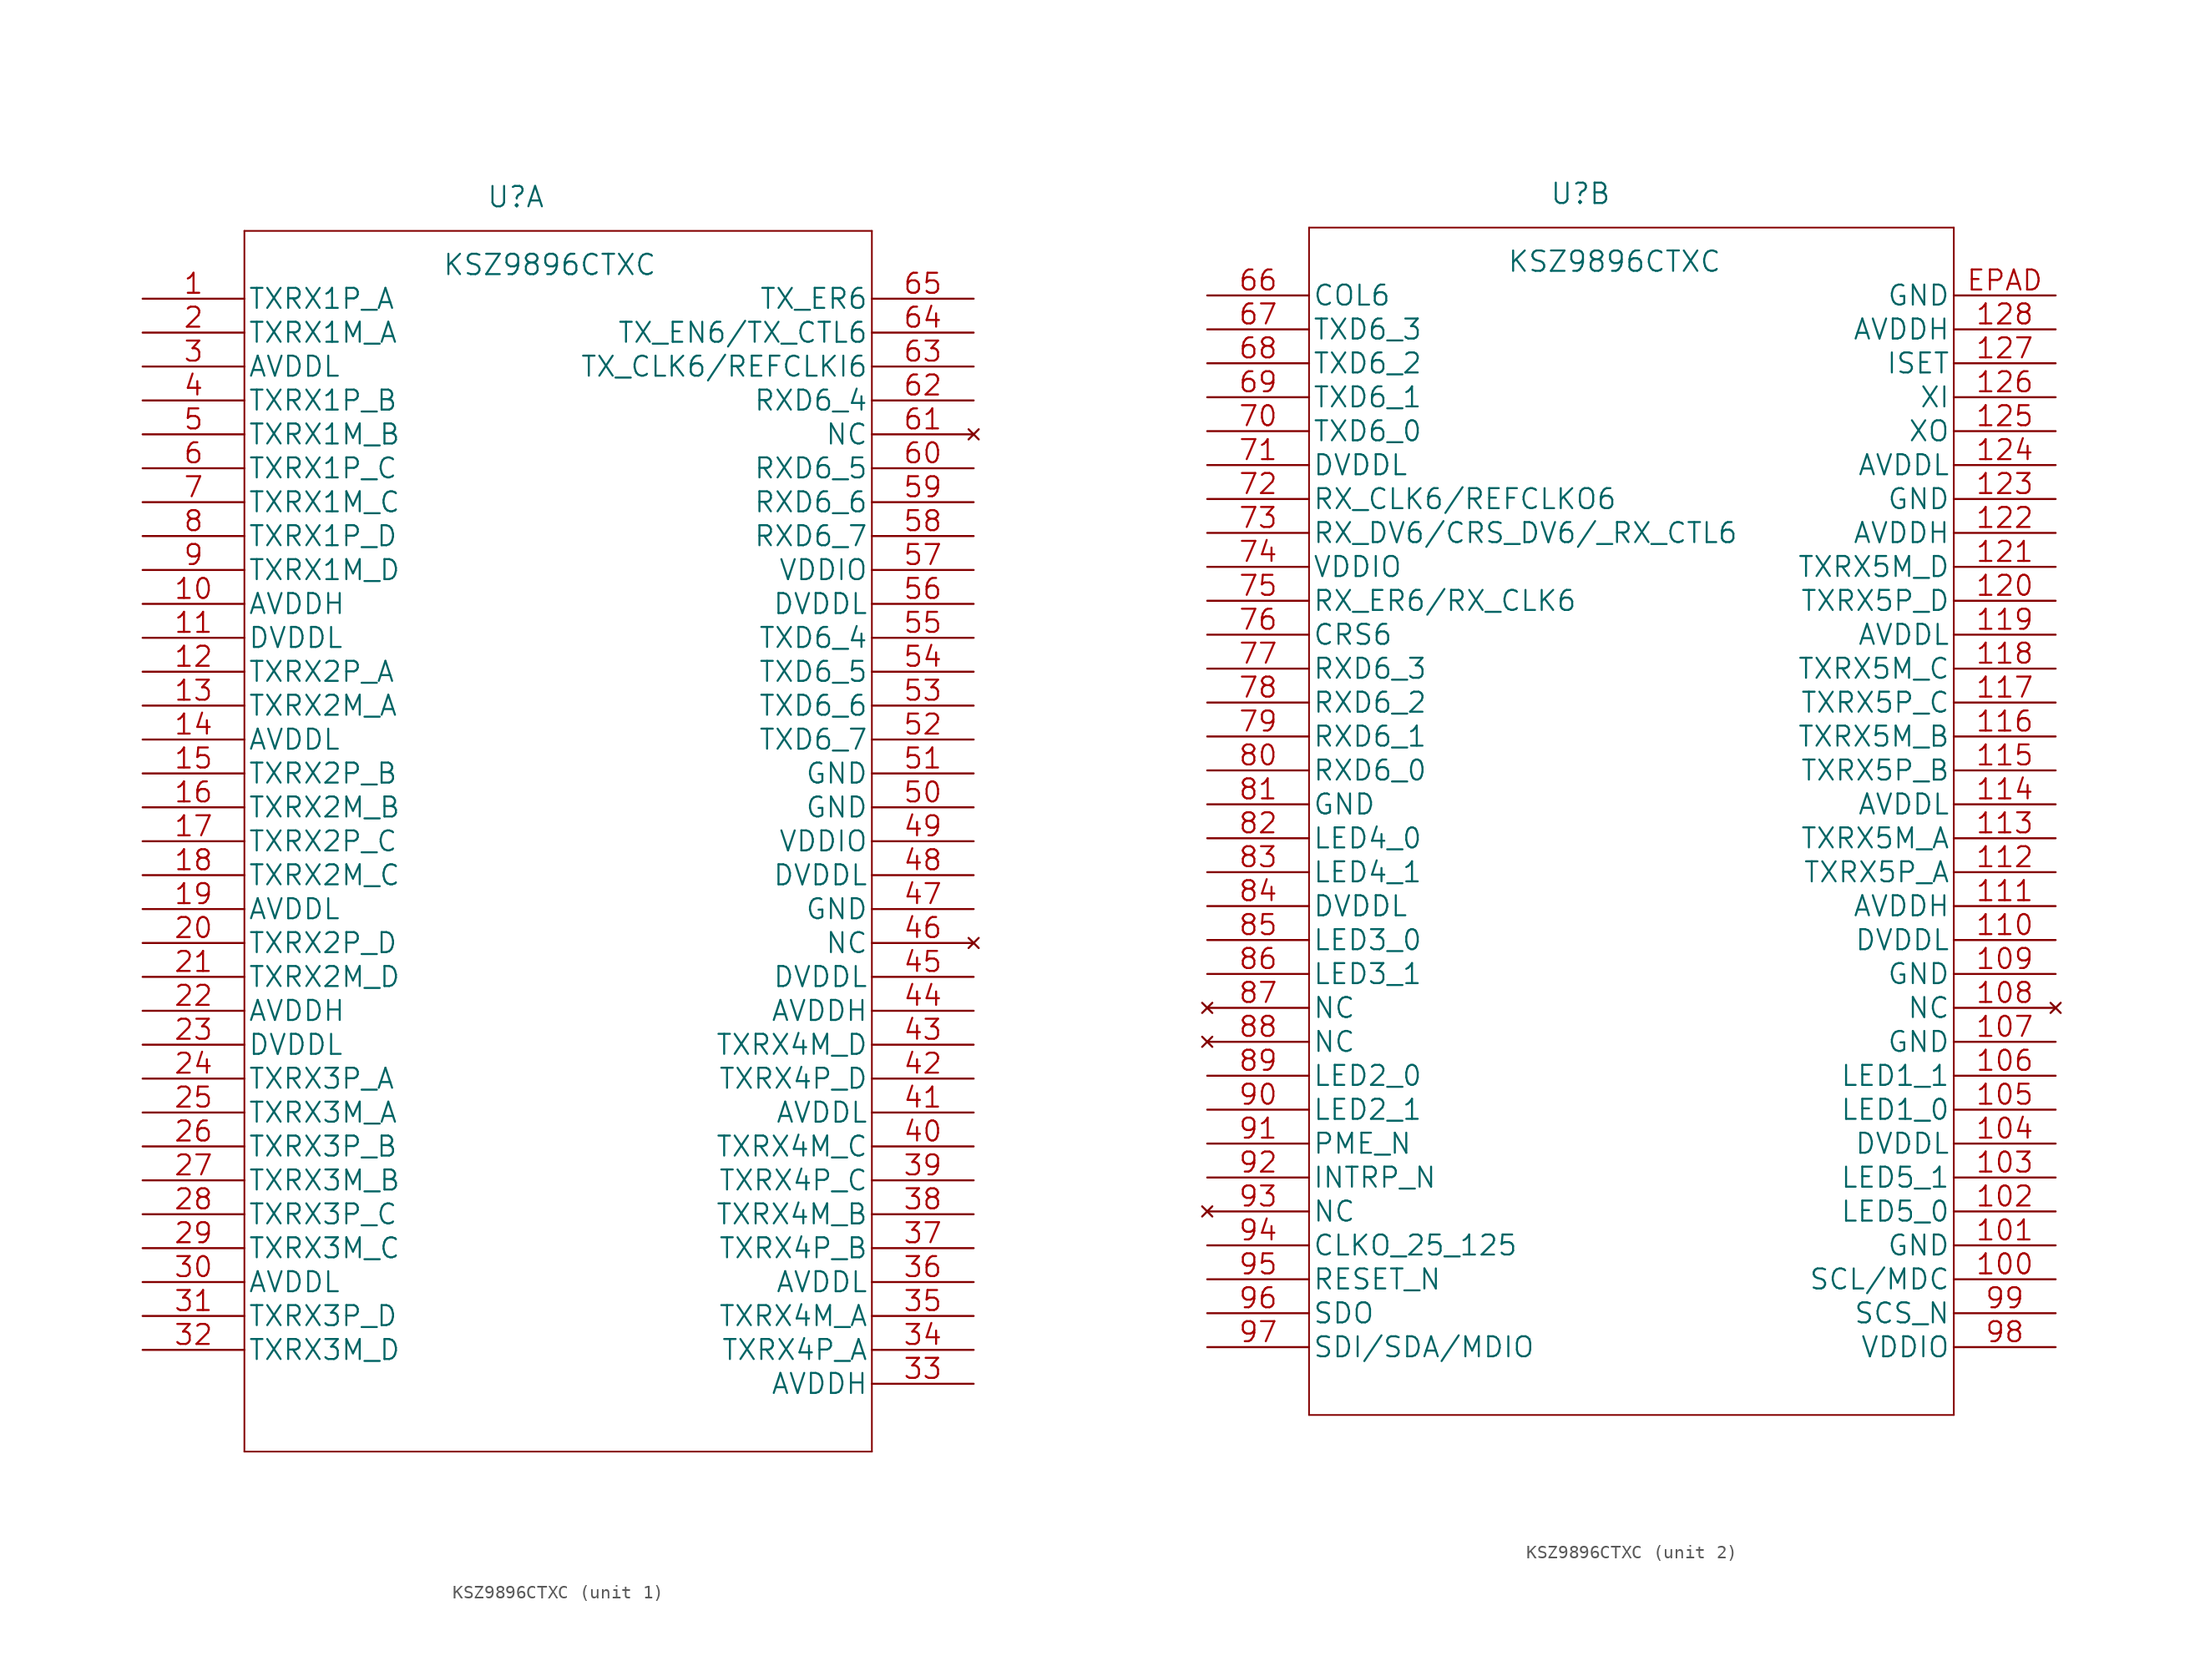
<source format=kicad_sym>
(kicad_symbol_lib
  (version 20220914)
  (generator kicad_symbol_editor)
  (symbol "KSZ9896CTXC"
    (pin_names
      (offset 0.254))
    (property "Reference" "U"
      (at 27.94 7.62 0)
      (effects (font (size 1.524 1.524))))
    (property "Value" "KSZ9896CTXC"
      (at 30.48 2.54 0)
      (effects (font (size 1.524 1.524))))
    (property "Datasheet" ""
      (at 0 0 0)
      (effects (font (size 1.524 1.524))))
    (property "ki_locked" ""
      (at 0 0 0)
      (effects (font (size 1.27 1.27))))
    (symbol "KSZ9896CTXC_1_1"
      (polyline (pts (xy 7.62 -86.36) (xy 54.61 -86.36)) (stroke (width 0.127) (type default)) (fill (type none)))
      (polyline (pts (xy 7.62 5.08) (xy 7.62 -86.36)) (stroke (width 0.127) (type default)) (fill (type none)))
      (polyline (pts (xy 54.61 -86.36) (xy 54.61 5.08)) (stroke (width 0.127) (type default)) (fill (type none)))
      (polyline (pts (xy 54.61 5.08) (xy 7.62 5.08)) (stroke (width 0.127) (type default)) (fill (type none)))
      (pin bidirectional line (at 0 0 0) (length 7.62) (name "TXRX1P_A" (effects (font (size 1.499 1.499)))) (number "1" (effects (font (size 1.499 1.499)))))
      (pin power_in line (at 0 -22.86 0) (length 7.62) (name "AVDDH" (effects (font (size 1.499 1.499)))) (number "10" (effects (font (size 1.499 1.499)))))
      (pin power_in line (at 0 -25.4 0) (length 7.62) (name "DVDDL" (effects (font (size 1.499 1.499)))) (number "11" (effects (font (size 1.499 1.499)))))
      (pin bidirectional line (at 0 -27.94 0) (length 7.62) (name "TXRX2P_A" (effects (font (size 1.499 1.499)))) (number "12" (effects (font (size 1.499 1.499)))))
      (pin bidirectional line (at 0 -30.48 0) (length 7.62) (name "TXRX2M_A" (effects (font (size 1.499 1.499)))) (number "13" (effects (font (size 1.499 1.499)))))
      (pin power_in line (at 0 -33.02 0) (length 7.62) (name "AVDDL" (effects (font (size 1.499 1.499)))) (number "14" (effects (font (size 1.499 1.499)))))
      (pin bidirectional line (at 0 -35.56 0) (length 7.62) (name "TXRX2P_B" (effects (font (size 1.499 1.499)))) (number "15" (effects (font (size 1.499 1.499)))))
      (pin bidirectional line (at 0 -38.1 0) (length 7.62) (name "TXRX2M_B" (effects (font (size 1.499 1.499)))) (number "16" (effects (font (size 1.499 1.499)))))
      (pin bidirectional line (at 0 -40.64 0) (length 7.62) (name "TXRX2P_C" (effects (font (size 1.499 1.499)))) (number "17" (effects (font (size 1.499 1.499)))))
      (pin bidirectional line (at 0 -43.18 0) (length 7.62) (name "TXRX2M_C" (effects (font (size 1.499 1.499)))) (number "18" (effects (font (size 1.499 1.499)))))
      (pin power_in line (at 0 -45.72 0) (length 7.62) (name "AVDDL" (effects (font (size 1.499 1.499)))) (number "19" (effects (font (size 1.499 1.499)))))
      (pin bidirectional line (at 0 -2.54 0) (length 7.62) (name "TXRX1M_A" (effects (font (size 1.499 1.499)))) (number "2" (effects (font (size 1.499 1.499)))))
      (pin bidirectional line (at 0 -48.26 0) (length 7.62) (name "TXRX2P_D" (effects (font (size 1.499 1.499)))) (number "20" (effects (font (size 1.499 1.499)))))
      (pin bidirectional line (at 0 -50.8 0) (length 7.62) (name "TXRX2M_D" (effects (font (size 1.499 1.499)))) (number "21" (effects (font (size 1.499 1.499)))))
      (pin power_in line (at 0 -53.34 0) (length 7.62) (name "AVDDH" (effects (font (size 1.499 1.499)))) (number "22" (effects (font (size 1.499 1.499)))))
      (pin power_in line (at 0 -55.88 0) (length 7.62) (name "DVDDL" (effects (font (size 1.499 1.499)))) (number "23" (effects (font (size 1.499 1.499)))))
      (pin bidirectional line (at 0 -58.42 0) (length 7.62) (name "TXRX3P_A" (effects (font (size 1.499 1.499)))) (number "24" (effects (font (size 1.499 1.499)))))
      (pin bidirectional line (at 0 -60.96 0) (length 7.62) (name "TXRX3M_A" (effects (font (size 1.499 1.499)))) (number "25" (effects (font (size 1.499 1.499)))))
      (pin bidirectional line (at 0 -63.5 0) (length 7.62) (name "TXRX3P_B" (effects (font (size 1.499 1.499)))) (number "26" (effects (font (size 1.499 1.499)))))
      (pin bidirectional line (at 0 -66.04 0) (length 7.62) (name "TXRX3M_B" (effects (font (size 1.499 1.499)))) (number "27" (effects (font (size 1.499 1.499)))))
      (pin bidirectional line (at 0 -68.58 0) (length 7.62) (name "TXRX3P_C" (effects (font (size 1.499 1.499)))) (number "28" (effects (font (size 1.499 1.499)))))
      (pin bidirectional line (at 0 -71.12 0) (length 7.62) (name "TXRX3M_C" (effects (font (size 1.499 1.499)))) (number "29" (effects (font (size 1.499 1.499)))))
      (pin power_in line (at 0 -5.08 0) (length 7.62) (name "AVDDL" (effects (font (size 1.499 1.499)))) (number "3" (effects (font (size 1.499 1.499)))))
      (pin power_in line (at 0 -73.66 0) (length 7.62) (name "AVDDL" (effects (font (size 1.499 1.499)))) (number "30" (effects (font (size 1.499 1.499)))))
      (pin bidirectional line (at 0 -76.2 0) (length 7.62) (name "TXRX3P_D" (effects (font (size 1.499 1.499)))) (number "31" (effects (font (size 1.499 1.499)))))
      (pin bidirectional line (at 0 -78.74 0) (length 7.62) (name "TXRX3M_D" (effects (font (size 1.499 1.499)))) (number "32" (effects (font (size 1.499 1.499)))))
      (pin power_in line (at 62.23 -81.28 180) (length 7.62) (name "AVDDH" (effects (font (size 1.499 1.499)))) (number "33" (effects (font (size 1.499 1.499)))))
      (pin bidirectional line (at 62.23 -78.74 180) (length 7.62) (name "TXRX4P_A" (effects (font (size 1.499 1.499)))) (number "34" (effects (font (size 1.499 1.499)))))
      (pin bidirectional line (at 62.23 -76.2 180) (length 7.62) (name "TXRX4M_A" (effects (font (size 1.499 1.499)))) (number "35" (effects (font (size 1.499 1.499)))))
      (pin power_in line (at 62.23 -73.66 180) (length 7.62) (name "AVDDL" (effects (font (size 1.499 1.499)))) (number "36" (effects (font (size 1.499 1.499)))))
      (pin bidirectional line (at 62.23 -71.12 180) (length 7.62) (name "TXRX4P_B" (effects (font (size 1.499 1.499)))) (number "37" (effects (font (size 1.499 1.499)))))
      (pin bidirectional line (at 62.23 -68.58 180) (length 7.62) (name "TXRX4M_B" (effects (font (size 1.499 1.499)))) (number "38" (effects (font (size 1.499 1.499)))))
      (pin bidirectional line (at 62.23 -66.04 180) (length 7.62) (name "TXRX4P_C" (effects (font (size 1.499 1.499)))) (number "39" (effects (font (size 1.499 1.499)))))
      (pin bidirectional line (at 0 -7.62 0) (length 7.62) (name "TXRX1P_B" (effects (font (size 1.499 1.499)))) (number "4" (effects (font (size 1.499 1.499)))))
      (pin bidirectional line (at 62.23 -63.5 180) (length 7.62) (name "TXRX4M_C" (effects (font (size 1.499 1.499)))) (number "40" (effects (font (size 1.499 1.499)))))
      (pin power_in line (at 62.23 -60.96 180) (length 7.62) (name "AVDDL" (effects (font (size 1.499 1.499)))) (number "41" (effects (font (size 1.499 1.499)))))
      (pin bidirectional line (at 62.23 -58.42 180) (length 7.62) (name "TXRX4P_D" (effects (font (size 1.499 1.499)))) (number "42" (effects (font (size 1.499 1.499)))))
      (pin bidirectional line (at 62.23 -55.88 180) (length 7.62) (name "TXRX4M_D" (effects (font (size 1.499 1.499)))) (number "43" (effects (font (size 1.499 1.499)))))
      (pin power_in line (at 62.23 -53.34 180) (length 7.62) (name "AVDDH" (effects (font (size 1.499 1.499)))) (number "44" (effects (font (size 1.499 1.499)))))
      (pin power_in line (at 62.23 -50.8 180) (length 7.62) (name "DVDDL" (effects (font (size 1.499 1.499)))) (number "45" (effects (font (size 1.499 1.499)))))
      (pin no_connect line (at 62.23 -48.26 180) (length 7.62) (name "NC" (effects (font (size 1.499 1.499)))) (number "46" (effects (font (size 1.499 1.499)))))
      (pin power_in line (at 62.23 -45.72 180) (length 7.62) (name "GND" (effects (font (size 1.499 1.499)))) (number "47" (effects (font (size 1.499 1.499)))))
      (pin power_in line (at 62.23 -43.18 180) (length 7.62) (name "DVDDL" (effects (font (size 1.499 1.499)))) (number "48" (effects (font (size 1.499 1.499)))))
      (pin power_in line (at 62.23 -40.64 180) (length 7.62) (name "VDDIO" (effects (font (size 1.499 1.499)))) (number "49" (effects (font (size 1.499 1.499)))))
      (pin bidirectional line (at 0 -10.16 0) (length 7.62) (name "TXRX1M_B" (effects (font (size 1.499 1.499)))) (number "5" (effects (font (size 1.499 1.499)))))
      (pin power_in line (at 62.23 -38.1 180) (length 7.62) (name "GND" (effects (font (size 1.499 1.499)))) (number "50" (effects (font (size 1.499 1.499)))))
      (pin power_in line (at 62.23 -35.56 180) (length 7.62) (name "GND" (effects (font (size 1.499 1.499)))) (number "51" (effects (font (size 1.499 1.499)))))
      (pin input line (at 62.23 -33.02 180) (length 7.62) (name "TXD6_7" (effects (font (size 1.499 1.499)))) (number "52" (effects (font (size 1.499 1.499)))))
      (pin input line (at 62.23 -30.48 180) (length 7.62) (name "TXD6_6" (effects (font (size 1.499 1.499)))) (number "53" (effects (font (size 1.499 1.499)))))
      (pin input line (at 62.23 -27.94 180) (length 7.62) (name "TXD6_5" (effects (font (size 1.499 1.499)))) (number "54" (effects (font (size 1.499 1.499)))))
      (pin input line (at 62.23 -25.4 180) (length 7.62) (name "TXD6_4" (effects (font (size 1.499 1.499)))) (number "55" (effects (font (size 1.499 1.499)))))
      (pin power_in line (at 62.23 -22.86 180) (length 7.62) (name "DVDDL" (effects (font (size 1.499 1.499)))) (number "56" (effects (font (size 1.499 1.499)))))
      (pin power_in line (at 62.23 -20.32 180) (length 7.62) (name "VDDIO" (effects (font (size 1.499 1.499)))) (number "57" (effects (font (size 1.499 1.499)))))
      (pin bidirectional line (at 62.23 -17.78 180) (length 7.62) (name "RXD6_7" (effects (font (size 1.499 1.499)))) (number "58" (effects (font (size 1.499 1.499)))))
      (pin bidirectional line (at 62.23 -15.24 180) (length 7.62) (name "RXD6_6" (effects (font (size 1.499 1.499)))) (number "59" (effects (font (size 1.499 1.499)))))
      (pin bidirectional line (at 0 -12.7 0) (length 7.62) (name "TXRX1P_C" (effects (font (size 1.499 1.499)))) (number "6" (effects (font (size 1.499 1.499)))))
      (pin bidirectional line (at 62.23 -12.7 180) (length 7.62) (name "RXD6_5" (effects (font (size 1.499 1.499)))) (number "60" (effects (font (size 1.499 1.499)))))
      (pin no_connect line (at 62.23 -10.16 180) (length 7.62) (name "NC" (effects (font (size 1.499 1.499)))) (number "61" (effects (font (size 1.499 1.499)))))
      (pin bidirectional line (at 62.23 -7.62 180) (length 7.62) (name "RXD6_4" (effects (font (size 1.499 1.499)))) (number "62" (effects (font (size 1.499 1.499)))))
      (pin bidirectional line (at 62.23 -5.08 180) (length 7.62) (name "TX_CLK6/REFCLKI6" (effects (font (size 1.499 1.499)))) (number "63" (effects (font (size 1.499 1.499)))))
      (pin input line (at 62.23 -2.54 180) (length 7.62) (name "TX_EN6/TX_CTL6" (effects (font (size 1.499 1.499)))) (number "64" (effects (font (size 1.499 1.499)))))
      (pin input line (at 62.23 0 180) (length 7.62) (name "TX_ER6" (effects (font (size 1.499 1.499)))) (number "65" (effects (font (size 1.499 1.499)))))
      (pin bidirectional line (at 0 -15.24 0) (length 7.62) (name "TXRX1M_C" (effects (font (size 1.499 1.499)))) (number "7" (effects (font (size 1.499 1.499)))))
      (pin bidirectional line (at 0 -17.78 0) (length 7.62) (name "TXRX1P_D" (effects (font (size 1.499 1.499)))) (number "8" (effects (font (size 1.499 1.499)))))
      (pin bidirectional line (at 0 -20.32 0) (length 7.62) (name "TXRX1M_D" (effects (font (size 1.499 1.499)))) (number "9" (effects (font (size 1.499 1.499))))))
    (symbol "KSZ9896CTXC_2_1"
      (polyline (pts (xy 7.62 -83.82) (xy 55.88 -83.82)) (stroke (width 0.127) (type default)) (fill (type none)))
      (polyline (pts (xy 7.62 5.08) (xy 7.62 -83.82)) (stroke (width 0.127) (type default)) (fill (type none)))
      (polyline (pts (xy 55.88 -83.82) (xy 55.88 5.08)) (stroke (width 0.127) (type default)) (fill (type none)))
      (polyline (pts (xy 55.88 5.08) (xy 7.62 5.08)) (stroke (width 0.127) (type default)) (fill (type none)))
      (pin input line (at 63.5 -73.66 180) (length 7.62) (name "SCL/MDC" (effects (font (size 1.499 1.499)))) (number "100" (effects (font (size 1.499 1.499)))))
      (pin power_in line (at 63.5 -71.12 180) (length 7.62) (name "GND" (effects (font (size 1.499 1.499)))) (number "101" (effects (font (size 1.499 1.499)))))
      (pin bidirectional line (at 63.5 -68.58 180) (length 7.62) (name "LED5_0" (effects (font (size 1.499 1.499)))) (number "102" (effects (font (size 1.499 1.499)))))
      (pin bidirectional line (at 63.5 -66.04 180) (length 7.62) (name "LED5_1" (effects (font (size 1.499 1.499)))) (number "103" (effects (font (size 1.499 1.499)))))
      (pin power_in line (at 63.5 -63.5 180) (length 7.62) (name "DVDDL" (effects (font (size 1.499 1.499)))) (number "104" (effects (font (size 1.499 1.499)))))
      (pin bidirectional line (at 63.5 -60.96 180) (length 7.62) (name "LED1_0" (effects (font (size 1.499 1.499)))) (number "105" (effects (font (size 1.499 1.499)))))
      (pin bidirectional line (at 63.5 -58.42 180) (length 7.62) (name "LED1_1" (effects (font (size 1.499 1.499)))) (number "106" (effects (font (size 1.499 1.499)))))
      (pin power_in line (at 63.5 -55.88 180) (length 7.62) (name "GND" (effects (font (size 1.499 1.499)))) (number "107" (effects (font (size 1.499 1.499)))))
      (pin no_connect line (at 63.5 -53.34 180) (length 7.62) (name "NC" (effects (font (size 1.499 1.499)))) (number "108" (effects (font (size 1.499 1.499)))))
      (pin power_in line (at 63.5 -50.8 180) (length 7.62) (name "GND" (effects (font (size 1.499 1.499)))) (number "109" (effects (font (size 1.499 1.499)))))
      (pin power_in line (at 63.5 -48.26 180) (length 7.62) (name "DVDDL" (effects (font (size 1.499 1.499)))) (number "110" (effects (font (size 1.499 1.499)))))
      (pin power_in line (at 63.5 -45.72 180) (length 7.62) (name "AVDDH" (effects (font (size 1.499 1.499)))) (number "111" (effects (font (size 1.499 1.499)))))
      (pin bidirectional line (at 63.5 -43.18 180) (length 7.62) (name "TXRX5P_A" (effects (font (size 1.499 1.499)))) (number "112" (effects (font (size 1.499 1.499)))))
      (pin bidirectional line (at 63.5 -40.64 180) (length 7.62) (name "TXRX5M_A" (effects (font (size 1.499 1.499)))) (number "113" (effects (font (size 1.499 1.499)))))
      (pin power_in line (at 63.5 -38.1 180) (length 7.62) (name "AVDDL" (effects (font (size 1.499 1.499)))) (number "114" (effects (font (size 1.499 1.499)))))
      (pin bidirectional line (at 63.5 -35.56 180) (length 7.62) (name "TXRX5P_B" (effects (font (size 1.499 1.499)))) (number "115" (effects (font (size 1.499 1.499)))))
      (pin bidirectional line (at 63.5 -33.02 180) (length 7.62) (name "TXRX5M_B" (effects (font (size 1.499 1.499)))) (number "116" (effects (font (size 1.499 1.499)))))
      (pin bidirectional line (at 63.5 -30.48 180) (length 7.62) (name "TXRX5P_C" (effects (font (size 1.499 1.499)))) (number "117" (effects (font (size 1.499 1.499)))))
      (pin bidirectional line (at 63.5 -27.94 180) (length 7.62) (name "TXRX5M_C" (effects (font (size 1.499 1.499)))) (number "118" (effects (font (size 1.499 1.499)))))
      (pin power_in line (at 63.5 -25.4 180) (length 7.62) (name "AVDDL" (effects (font (size 1.499 1.499)))) (number "119" (effects (font (size 1.499 1.499)))))
      (pin bidirectional line (at 63.5 -22.86 180) (length 7.62) (name "TXRX5P_D" (effects (font (size 1.499 1.499)))) (number "120" (effects (font (size 1.499 1.499)))))
      (pin bidirectional line (at 63.5 -20.32 180) (length 7.62) (name "TXRX5M_D" (effects (font (size 1.499 1.499)))) (number "121" (effects (font (size 1.499 1.499)))))
      (pin power_in line (at 63.5 -17.78 180) (length 7.62) (name "AVDDH" (effects (font (size 1.499 1.499)))) (number "122" (effects (font (size 1.499 1.499)))))
      (pin power_in line (at 63.5 -15.24 180) (length 7.62) (name "GND" (effects (font (size 1.499 1.499)))) (number "123" (effects (font (size 1.499 1.499)))))
      (pin power_in line (at 63.5 -12.7 180) (length 7.62) (name "AVDDL" (effects (font (size 1.499 1.499)))) (number "124" (effects (font (size 1.499 1.499)))))
      (pin output line (at 63.5 -10.16 180) (length 7.62) (name "XO" (effects (font (size 1.499 1.499)))) (number "125" (effects (font (size 1.499 1.499)))))
      (pin input line (at 63.5 -7.62 180) (length 7.62) (name "XI" (effects (font (size 1.499 1.499)))) (number "126" (effects (font (size 1.499 1.499)))))
      (pin passive line (at 63.5 -5.08 180) (length 7.62) (name "ISET" (effects (font (size 1.499 1.499)))) (number "127" (effects (font (size 1.499 1.499)))))
      (pin power_in line (at 63.5 -2.54 180) (length 7.62) (name "AVDDH" (effects (font (size 1.499 1.499)))) (number "128" (effects (font (size 1.499 1.499)))))
      (pin bidirectional line (at 0 0 0) (length 7.62) (name "COL6" (effects (font (size 1.499 1.499)))) (number "66" (effects (font (size 1.499 1.499)))))
      (pin input line (at 0 -2.54 0) (length 7.62) (name "TXD6_3" (effects (font (size 1.499 1.499)))) (number "67" (effects (font (size 1.499 1.499)))))
      (pin input line (at 0 -5.08 0) (length 7.62) (name "TXD6_2" (effects (font (size 1.499 1.499)))) (number "68" (effects (font (size 1.499 1.499)))))
      (pin input line (at 0 -7.62 0) (length 7.62) (name "TXD6_1" (effects (font (size 1.499 1.499)))) (number "69" (effects (font (size 1.499 1.499)))))
      (pin input line (at 0 -10.16 0) (length 7.62) (name "TXD6_0" (effects (font (size 1.499 1.499)))) (number "70" (effects (font (size 1.499 1.499)))))
      (pin power_in line (at 0 -12.7 0) (length 7.62) (name "DVDDL" (effects (font (size 1.499 1.499)))) (number "71" (effects (font (size 1.499 1.499)))))
      (pin bidirectional line (at 0 -15.24 0) (length 7.62) (name "RX_CLK6/REFCLKO6" (effects (font (size 1.499 1.499)))) (number "72" (effects (font (size 1.499 1.499)))))
      (pin bidirectional line (at 0 -17.78 0) (length 7.62) (name "RX_DV6/CRS_DV6/_RX_CTL6" (effects (font (size 1.499 1.499)))) (number "73" (effects (font (size 1.499 1.499)))))
      (pin power_in line (at 0 -20.32 0) (length 7.62) (name "VDDIO" (effects (font (size 1.499 1.499)))) (number "74" (effects (font (size 1.499 1.499)))))
      (pin bidirectional line (at 0 -22.86 0) (length 7.62) (name "RX_ER6/RX_CLK6" (effects (font (size 1.499 1.499)))) (number "75" (effects (font (size 1.499 1.499)))))
      (pin bidirectional line (at 0 -25.4 0) (length 7.62) (name "CRS6" (effects (font (size 1.499 1.499)))) (number "76" (effects (font (size 1.499 1.499)))))
      (pin bidirectional line (at 0 -27.94 0) (length 7.62) (name "RXD6_3" (effects (font (size 1.499 1.499)))) (number "77" (effects (font (size 1.499 1.499)))))
      (pin bidirectional line (at 0 -30.48 0) (length 7.62) (name "RXD6_2" (effects (font (size 1.499 1.499)))) (number "78" (effects (font (size 1.499 1.499)))))
      (pin bidirectional line (at 0 -33.02 0) (length 7.62) (name "RXD6_1" (effects (font (size 1.499 1.499)))) (number "79" (effects (font (size 1.499 1.499)))))
      (pin bidirectional line (at 0 -35.56 0) (length 7.62) (name "RXD6_0" (effects (font (size 1.499 1.499)))) (number "80" (effects (font (size 1.499 1.499)))))
      (pin power_in line (at 0 -38.1 0) (length 7.62) (name "GND" (effects (font (size 1.499 1.499)))) (number "81" (effects (font (size 1.499 1.499)))))
      (pin bidirectional line (at 0 -40.64 0) (length 7.62) (name "LED4_0" (effects (font (size 1.499 1.499)))) (number "82" (effects (font (size 1.499 1.499)))))
      (pin bidirectional line (at 0 -43.18 0) (length 7.62) (name "LED4_1" (effects (font (size 1.499 1.499)))) (number "83" (effects (font (size 1.499 1.499)))))
      (pin power_in line (at 0 -45.72 0) (length 7.62) (name "DVDDL" (effects (font (size 1.499 1.499)))) (number "84" (effects (font (size 1.499 1.499)))))
      (pin bidirectional line (at 0 -48.26 0) (length 7.62) (name "LED3_0" (effects (font (size 1.499 1.499)))) (number "85" (effects (font (size 1.499 1.499)))))
      (pin bidirectional line (at 0 -50.8 0) (length 7.62) (name "LED3_1" (effects (font (size 1.499 1.499)))) (number "86" (effects (font (size 1.499 1.499)))))
      (pin no_connect line (at 0 -53.34 0) (length 7.62) (name "NC" (effects (font (size 1.499 1.499)))) (number "87" (effects (font (size 1.499 1.499)))))
      (pin no_connect line (at 0 -55.88 0) (length 7.62) (name "NC" (effects (font (size 1.499 1.499)))) (number "88" (effects (font (size 1.499 1.499)))))
      (pin bidirectional line (at 0 -58.42 0) (length 7.62) (name "LED2_0" (effects (font (size 1.499 1.499)))) (number "89" (effects (font (size 1.499 1.499)))))
      (pin bidirectional line (at 0 -60.96 0) (length 7.62) (name "LED2_1" (effects (font (size 1.499 1.499)))) (number "90" (effects (font (size 1.499 1.499)))))
      (pin output line (at 0 -63.5 0) (length 7.62) (name "PME_N" (effects (font (size 1.499 1.499)))) (number "91" (effects (font (size 1.499 1.499)))))
      (pin output line (at 0 -66.04 0) (length 7.62) (name "INTRP_N" (effects (font (size 1.499 1.499)))) (number "92" (effects (font (size 1.499 1.499)))))
      (pin no_connect line (at 0 -68.58 0) (length 7.62) (name "NC" (effects (font (size 1.499 1.499)))) (number "93" (effects (font (size 1.499 1.499)))))
      (pin bidirectional line (at 0 -71.12 0) (length 7.62) (name "CLKO_25_125" (effects (font (size 1.499 1.499)))) (number "94" (effects (font (size 1.499 1.499)))))
      (pin input line (at 0 -73.66 0) (length 7.62) (name "RESET_N" (effects (font (size 1.499 1.499)))) (number "95" (effects (font (size 1.499 1.499)))))
      (pin output line (at 0 -76.2 0) (length 7.62) (name "SDO" (effects (font (size 1.499 1.499)))) (number "96" (effects (font (size 1.499 1.499)))))
      (pin bidirectional line (at 0 -78.74 0) (length 7.62) (name "SDI/SDA/MDIO" (effects (font (size 1.499 1.499)))) (number "97" (effects (font (size 1.499 1.499)))))
      (pin power_in line (at 63.5 -78.74 180) (length 7.62) (name "VDDIO" (effects (font (size 1.499 1.499)))) (number "98" (effects (font (size 1.499 1.499)))))
      (pin input line (at 63.5 -76.2 180) (length 7.62) (name "SCS_N" (effects (font (size 1.499 1.499)))) (number "99" (effects (font (size 1.499 1.499)))))
      (pin power_in line (at 63.5 0 180) (length 7.62) (name "GND" (effects (font (size 1.499 1.499)))) (number "EPAD" (effects (font (size 1.499 1.499))))))))
</source>
